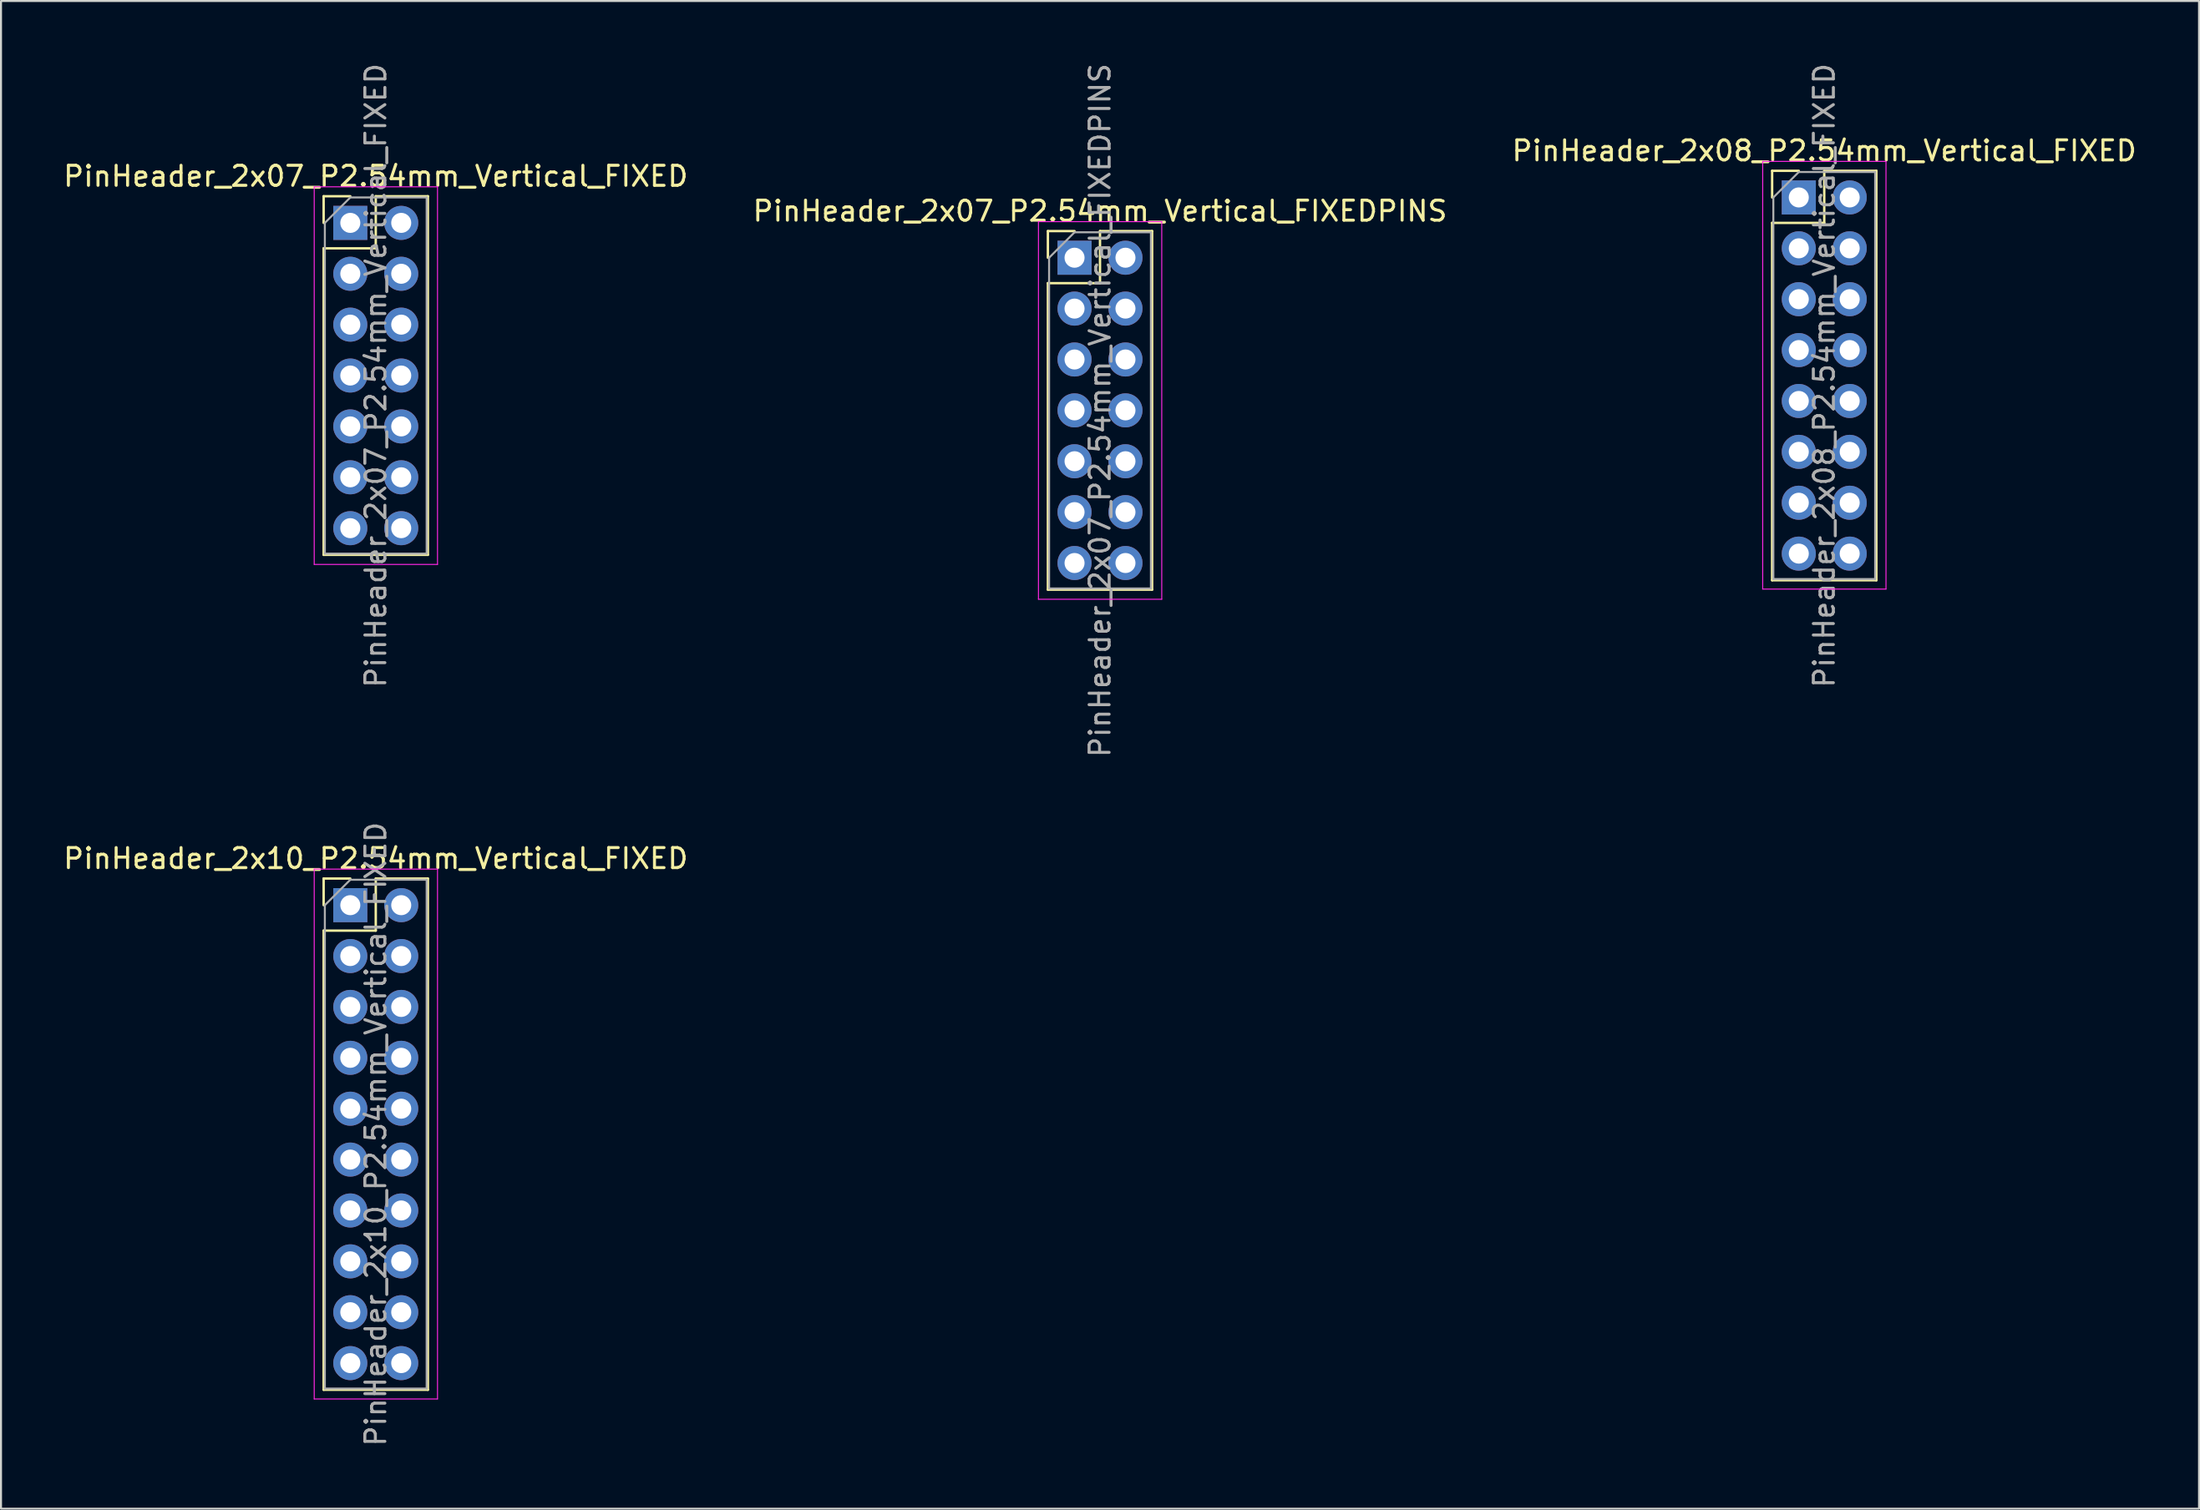
<source format=kicad_pcb>
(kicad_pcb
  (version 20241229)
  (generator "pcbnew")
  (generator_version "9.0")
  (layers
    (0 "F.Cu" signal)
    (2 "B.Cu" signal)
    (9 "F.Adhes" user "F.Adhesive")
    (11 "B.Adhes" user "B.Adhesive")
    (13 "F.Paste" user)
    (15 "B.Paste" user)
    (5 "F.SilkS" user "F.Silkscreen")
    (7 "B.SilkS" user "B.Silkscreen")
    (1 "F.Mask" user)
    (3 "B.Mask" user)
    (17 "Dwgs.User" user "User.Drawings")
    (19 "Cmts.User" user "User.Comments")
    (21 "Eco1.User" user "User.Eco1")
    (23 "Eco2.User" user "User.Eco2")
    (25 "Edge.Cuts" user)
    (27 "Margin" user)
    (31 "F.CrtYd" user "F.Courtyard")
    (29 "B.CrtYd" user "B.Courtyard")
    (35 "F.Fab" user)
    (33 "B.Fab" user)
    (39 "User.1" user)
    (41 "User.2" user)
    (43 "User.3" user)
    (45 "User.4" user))
  (footprint "PinHeader_2x10_P2.54mm_Vertical_FIXED"
    (layer "F.Cu")
    (at 14.426 42.135)
    (property "Reference" "PinHeader_2x10_P2.54mm_Vertical_FIXED" (at 1.27 -2.33 0) (layer "F.SilkS") (effects (font (size 1 1) (thickness 0.15))))
    (attr through_hole)
    (fp_line (start -1.33 -1.33) (end 0 -1.33) (stroke (width 0.12) (type solid)) (layer "F.SilkS"))
    (fp_line (start -1.33 0) (end -1.33 -1.33) (stroke (width 0.12) (type solid)) (layer "F.SilkS"))
    (fp_line (start -1.33 1.27) (end -1.33 24.19) (stroke (width 0.12) (type solid)) (layer "F.SilkS"))
    (fp_line (start -1.33 1.27) (end 1.27 1.27) (stroke (width 0.12) (type solid)) (layer "F.SilkS"))
    (fp_line (start -1.33 24.19) (end 3.87 24.19) (stroke (width 0.12) (type solid)) (layer "F.SilkS"))
    (fp_line (start 1.27 -1.33) (end 3.87 -1.33) (stroke (width 0.12) (type solid)) (layer "F.SilkS"))
    (fp_line (start 1.27 1.27) (end 1.27 -1.33) (stroke (width 0.12) (type solid)) (layer "F.SilkS"))
    (fp_line (start 3.87 -1.33) (end 3.87 24.19) (stroke (width 0.12) (type solid)) (layer "F.SilkS"))
    (fp_line (start -1.8 -1.8) (end -1.8 24.65) (stroke (width 0.05) (type solid)) (layer "F.CrtYd"))
    (fp_line (start -1.8 24.65) (end 4.35 24.65) (stroke (width 0.05) (type solid)) (layer "F.CrtYd"))
    (fp_line (start 4.35 -1.8) (end -1.8 -1.8) (stroke (width 0.05) (type solid)) (layer "F.CrtYd"))
    (fp_line (start 4.35 24.65) (end 4.35 -1.8) (stroke (width 0.05) (type solid)) (layer "F.CrtYd"))
    (fp_line (start -1.27 0) (end 0 -1.27) (stroke (width 0.1) (type solid)) (layer "F.Fab"))
    (fp_line (start -1.27 24.13) (end -1.27 0) (stroke (width 0.1) (type solid)) (layer "F.Fab"))
    (fp_line (start 0 -1.27) (end 3.81 -1.27) (stroke (width 0.1) (type solid)) (layer "F.Fab"))
    (fp_line (start 3.81 -1.27) (end 3.81 24.13) (stroke (width 0.1) (type solid)) (layer "F.Fab"))
    (fp_line (start 3.81 24.13) (end -1.27 24.13) (stroke (width 0.1) (type solid)) (layer "F.Fab"))
    (fp_text user "${REFERENCE}" (at 1.27 11.43 90) (layer "F.Fab") (effects (font (size 1 1) (thickness 0.15))))
    (pad "1" thru_hole rect (at 0 0) (size 1.7 1.7) (drill 1) (layers "*.Cu" "*.Mask"))
    (pad "2" thru_hole oval (at 0 2.54) (size 1.7 1.7) (drill 1) (layers "*.Cu" "*.Mask"))
    (pad "3" thru_hole oval (at 0 5.08) (size 1.7 1.7) (drill 1) (layers "*.Cu" "*.Mask"))
    (pad "4" thru_hole oval (at 0 7.62) (size 1.7 1.7) (drill 1) (layers "*.Cu" "*.Mask"))
    (pad "5" thru_hole oval (at 0 10.16) (size 1.7 1.7) (drill 1) (layers "*.Cu" "*.Mask"))
    (pad "6" thru_hole oval (at 0 12.7) (size 1.7 1.7) (drill 1) (layers "*.Cu" "*.Mask"))
    (pad "7" thru_hole oval (at 0 15.24) (size 1.7 1.7) (drill 1) (layers "*.Cu" "*.Mask"))
    (pad "8" thru_hole oval (at 0 17.78) (size 1.7 1.7) (drill 1) (layers "*.Cu" "*.Mask"))
    (pad "9" thru_hole oval (at 0 20.32) (size 1.7 1.7) (drill 1) (layers "*.Cu" "*.Mask"))
    (pad "10" thru_hole oval (at 0 22.86) (size 1.7 1.7) (drill 1) (layers "*.Cu" "*.Mask"))
    (pad "11" thru_hole oval (at 2.54 22.86) (size 1.7 1.7) (drill 1) (layers "*.Cu" "*.Mask"))
    (pad "12" thru_hole oval (at 2.54 20.32) (size 1.7 1.7) (drill 1) (layers "*.Cu" "*.Mask"))
    (pad "13" thru_hole oval (at 2.54 17.78) (size 1.7 1.7) (drill 1) (layers "*.Cu" "*.Mask"))
    (pad "14" thru_hole oval (at 2.54 15.24) (size 1.7 1.7) (drill 1) (layers "*.Cu" "*.Mask"))
    (pad "15" thru_hole oval (at 2.54 12.7) (size 1.7 1.7) (drill 1) (layers "*.Cu" "*.Mask"))
    (pad "16" thru_hole oval (at 2.54 10.16) (size 1.7 1.7) (drill 1) (layers "*.Cu" "*.Mask"))
    (pad "17" thru_hole oval (at 2.54 7.62) (size 1.7 1.7) (drill 1) (layers "*.Cu" "*.Mask"))
    (pad "18" thru_hole oval (at 2.54 5.08) (size 1.7 1.7) (drill 1) (layers "*.Cu" "*.Mask"))
    (pad "19" thru_hole oval (at 2.54 2.54) (size 1.7 1.7) (drill 1) (layers "*.Cu" "*.Mask"))
    (pad "20" thru_hole oval (at 2.54 0) (size 1.7 1.7) (drill 1) (layers "*.Cu" "*.Mask")))
  (footprint "PinHeader_2x07_P2.54mm_Vertical_FIXED"
    (layer "F.Cu")
    (at 14.426 8.076)
    (property "Reference" "PinHeader_2x07_P2.54mm_Vertical_FIXED" (at 1.27 -2.33 0) (layer "F.SilkS") (effects (font (size 1 1) (thickness 0.15))))
    (attr through_hole)
    (fp_line (start -1.33 -1.33) (end 0 -1.33) (stroke (width 0.12) (type solid)) (layer "F.SilkS"))
    (fp_line (start -1.33 0) (end -1.33 -1.33) (stroke (width 0.12) (type solid)) (layer "F.SilkS"))
    (fp_line (start -1.33 1.27) (end -1.33 16.57) (stroke (width 0.12) (type solid)) (layer "F.SilkS"))
    (fp_line (start -1.33 1.27) (end 1.27 1.27) (stroke (width 0.12) (type solid)) (layer "F.SilkS"))
    (fp_line (start -1.33 16.57) (end 3.87 16.57) (stroke (width 0.12) (type solid)) (layer "F.SilkS"))
    (fp_line (start 1.27 -1.33) (end 3.87 -1.33) (stroke (width 0.12) (type solid)) (layer "F.SilkS"))
    (fp_line (start 1.27 1.27) (end 1.27 -1.33) (stroke (width 0.12) (type solid)) (layer "F.SilkS"))
    (fp_line (start 3.87 -1.33) (end 3.87 16.57) (stroke (width 0.12) (type solid)) (layer "F.SilkS"))
    (fp_line (start -1.8 -1.8) (end -1.8 17.05) (stroke (width 0.05) (type solid)) (layer "F.CrtYd"))
    (fp_line (start -1.8 17.05) (end 4.35 17.05) (stroke (width 0.05) (type solid)) (layer "F.CrtYd"))
    (fp_line (start 4.35 -1.8) (end -1.8 -1.8) (stroke (width 0.05) (type solid)) (layer "F.CrtYd"))
    (fp_line (start 4.35 17.05) (end 4.35 -1.8) (stroke (width 0.05) (type solid)) (layer "F.CrtYd"))
    (fp_line (start -1.27 0) (end 0 -1.27) (stroke (width 0.1) (type solid)) (layer "F.Fab"))
    (fp_line (start -1.27 16.51) (end -1.27 0) (stroke (width 0.1) (type solid)) (layer "F.Fab"))
    (fp_line (start 0 -1.27) (end 3.81 -1.27) (stroke (width 0.1) (type solid)) (layer "F.Fab"))
    (fp_line (start 3.81 -1.27) (end 3.81 16.51) (stroke (width 0.1) (type solid)) (layer "F.Fab"))
    (fp_line (start 3.81 16.51) (end -1.27 16.51) (stroke (width 0.1) (type solid)) (layer "F.Fab"))
    (fp_text user "${REFERENCE}" (at 1.27 7.62 90) (layer "F.Fab") (effects (font (size 1 1) (thickness 0.15))))
    (pad "1" thru_hole rect (at 0 0) (size 1.7 1.7) (drill 1) (layers "*.Cu" "*.Mask"))
    (pad "2" thru_hole oval (at 2.54 0) (size 1.7 1.7) (drill 1) (layers "*.Cu" "*.Mask"))
    (pad "3" thru_hole oval (at 0 2.54) (size 1.7 1.7) (drill 1) (layers "*.Cu" "*.Mask"))
    (pad "4" thru_hole oval (at 2.54 2.54) (size 1.7 1.7) (drill 1) (layers "*.Cu" "*.Mask"))
    (pad "5" thru_hole oval (at 0 5.08) (size 1.7 1.7) (drill 1) (layers "*.Cu" "*.Mask"))
    (pad "6" thru_hole oval (at 2.54 5.08) (size 1.7 1.7) (drill 1) (layers "*.Cu" "*.Mask"))
    (pad "7" thru_hole oval (at 0 7.62) (size 1.7 1.7) (drill 1) (layers "*.Cu" "*.Mask"))
    (pad "8" thru_hole oval (at 2.54 7.62) (size 1.7 1.7) (drill 1) (layers "*.Cu" "*.Mask"))
    (pad "9" thru_hole oval (at 0 10.16) (size 1.7 1.7) (drill 1) (layers "*.Cu" "*.Mask"))
    (pad "10" thru_hole oval (at 2.54 10.16) (size 1.7 1.7) (drill 1) (layers "*.Cu" "*.Mask"))
    (pad "11" thru_hole oval (at 0 12.7) (size 1.7 1.7) (drill 1) (layers "*.Cu" "*.Mask"))
    (pad "12" thru_hole oval (at 2.54 12.7) (size 1.7 1.7) (drill 1) (layers "*.Cu" "*.Mask"))
    (pad "13" thru_hole oval (at 0 15.24) (size 1.7 1.7) (drill 1) (layers "*.Cu" "*.Mask"))
    (pad "14" thru_hole oval (at 2.54 15.24) (size 1.7 1.7) (drill 1) (layers "*.Cu" "*.Mask")))
  (footprint "PinHeader_2x08_P2.54mm_Vertical_FIXED"
    (layer "F.Cu")
    (at 86.688 6.806)
    (property "Reference" "PinHeader_2x08_P2.54mm_Vertical_FIXED" (at 1.27 -2.33 0) (layer "F.SilkS") (effects (font (size 1 1) (thickness 0.15))))
    (attr through_hole)
    (fp_line (start -1.33 -1.33) (end 0 -1.33) (stroke (width 0.12) (type solid)) (layer "F.SilkS"))
    (fp_line (start -1.33 0) (end -1.33 -1.33) (stroke (width 0.12) (type solid)) (layer "F.SilkS"))
    (fp_line (start -1.33 1.27) (end -1.33 19.11) (stroke (width 0.12) (type solid)) (layer "F.SilkS"))
    (fp_line (start -1.33 1.27) (end 1.27 1.27) (stroke (width 0.12) (type solid)) (layer "F.SilkS"))
    (fp_line (start -1.33 19.11) (end 3.87 19.11) (stroke (width 0.12) (type solid)) (layer "F.SilkS"))
    (fp_line (start 1.27 -1.33) (end 3.87 -1.33) (stroke (width 0.12) (type solid)) (layer "F.SilkS"))
    (fp_line (start 1.27 1.27) (end 1.27 -1.33) (stroke (width 0.12) (type solid)) (layer "F.SilkS"))
    (fp_line (start 3.87 -1.33) (end 3.87 19.11) (stroke (width 0.12) (type solid)) (layer "F.SilkS"))
    (fp_line (start -1.8 -1.8) (end -1.8 19.55) (stroke (width 0.05) (type solid)) (layer "F.CrtYd"))
    (fp_line (start -1.8 19.55) (end 4.35 19.55) (stroke (width 0.05) (type solid)) (layer "F.CrtYd"))
    (fp_line (start 4.35 -1.8) (end -1.8 -1.8) (stroke (width 0.05) (type solid)) (layer "F.CrtYd"))
    (fp_line (start 4.35 19.55) (end 4.35 -1.8) (stroke (width 0.05) (type solid)) (layer "F.CrtYd"))
    (fp_line (start -1.27 0) (end 0 -1.27) (stroke (width 0.1) (type solid)) (layer "F.Fab"))
    (fp_line (start -1.27 19.05) (end -1.27 0) (stroke (width 0.1) (type solid)) (layer "F.Fab"))
    (fp_line (start 0 -1.27) (end 3.81 -1.27) (stroke (width 0.1) (type solid)) (layer "F.Fab"))
    (fp_line (start 3.81 -1.27) (end 3.81 19.05) (stroke (width 0.1) (type solid)) (layer "F.Fab"))
    (fp_line (start 3.81 19.05) (end -1.27 19.05) (stroke (width 0.1) (type solid)) (layer "F.Fab"))
    (fp_text user "${REFERENCE}" (at 1.27 8.89 90) (layer "F.Fab") (effects (font (size 1 1) (thickness 0.15))))
    (pad "1" thru_hole rect (at 0 0) (size 1.7 1.7) (drill 1) (layers "*.Cu" "*.Mask"))
    (pad "2" thru_hole oval (at 0 2.54) (size 1.7 1.7) (drill 1) (layers "*.Cu" "*.Mask"))
    (pad "3" thru_hole oval (at 0 5.08) (size 1.7 1.7) (drill 1) (layers "*.Cu" "*.Mask"))
    (pad "4" thru_hole oval (at 0 7.62) (size 1.7 1.7) (drill 1) (layers "*.Cu" "*.Mask"))
    (pad "5" thru_hole oval (at 0 10.16) (size 1.7 1.7) (drill 1) (layers "*.Cu" "*.Mask"))
    (pad "6" thru_hole oval (at 0 12.7) (size 1.7 1.7) (drill 1) (layers "*.Cu" "*.Mask"))
    (pad "7" thru_hole oval (at 0 15.24) (size 1.7 1.7) (drill 1) (layers "*.Cu" "*.Mask"))
    (pad "8" thru_hole oval (at 0 17.78) (size 1.7 1.7) (drill 1) (layers "*.Cu" "*.Mask"))
    (pad "9" thru_hole oval (at 2.54 17.78) (size 1.7 1.7) (drill 1) (layers "*.Cu" "*.Mask"))
    (pad "10" thru_hole oval (at 2.54 15.24) (size 1.7 1.7) (drill 1) (layers "*.Cu" "*.Mask"))
    (pad "11" thru_hole oval (at 2.54 12.7) (size 1.7 1.7) (drill 1) (layers "*.Cu" "*.Mask"))
    (pad "12" thru_hole oval (at 2.54 10.16) (size 1.7 1.7) (drill 1) (layers "*.Cu" "*.Mask"))
    (pad "13" thru_hole oval (at 2.54 7.62) (size 1.7 1.7) (drill 1) (layers "*.Cu" "*.Mask"))
    (pad "14" thru_hole oval (at 2.54 5.08) (size 1.7 1.7) (drill 1) (layers "*.Cu" "*.Mask"))
    (pad "15" thru_hole oval (at 2.54 2.54) (size 1.7 1.7) (drill 1) (layers "*.Cu" "*.Mask"))
    (pad "16" thru_hole oval (at 2.54 0) (size 1.7 1.7) (drill 1) (layers "*.Cu" "*.Mask")))
  (footprint "PinHeader_2x07_P2.54mm_Vertical_FIXEDPINS"
    (layer "F.Cu")
    (at 50.557 9.815)
    (property "Reference" "PinHeader_2x07_P2.54mm_Vertical_FIXEDPINS" (at 1.27 -2.33 0) (layer "F.SilkS") (effects (font (size 1 1) (thickness 0.15))))
    (attr through_hole)
    (fp_line (start -1.33 -1.33) (end 0 -1.33) (stroke (width 0.12) (type solid)) (layer "F.SilkS"))
    (fp_line (start -1.33 0) (end -1.33 -1.33) (stroke (width 0.12) (type solid)) (layer "F.SilkS"))
    (fp_line (start -1.33 1.27) (end -1.33 16.57) (stroke (width 0.12) (type solid)) (layer "F.SilkS"))
    (fp_line (start -1.33 1.27) (end 1.27 1.27) (stroke (width 0.12) (type solid)) (layer "F.SilkS"))
    (fp_line (start -1.33 16.57) (end 3.87 16.57) (stroke (width 0.12) (type solid)) (layer "F.SilkS"))
    (fp_line (start 1.27 -1.33) (end 3.87 -1.33) (stroke (width 0.12) (type solid)) (layer "F.SilkS"))
    (fp_line (start 1.27 1.27) (end 1.27 -1.33) (stroke (width 0.12) (type solid)) (layer "F.SilkS"))
    (fp_line (start 3.87 -1.33) (end 3.87 16.57) (stroke (width 0.12) (type solid)) (layer "F.SilkS"))
    (fp_line (start -1.8 -1.8) (end -1.8 17.05) (stroke (width 0.05) (type solid)) (layer "F.CrtYd"))
    (fp_line (start -1.8 17.05) (end 4.35 17.05) (stroke (width 0.05) (type solid)) (layer "F.CrtYd"))
    (fp_line (start 4.35 -1.8) (end -1.8 -1.8) (stroke (width 0.05) (type solid)) (layer "F.CrtYd"))
    (fp_line (start 4.35 17.05) (end 4.35 -1.8) (stroke (width 0.05) (type solid)) (layer "F.CrtYd"))
    (fp_line (start -1.27 0) (end 0 -1.27) (stroke (width 0.1) (type solid)) (layer "F.Fab"))
    (fp_line (start -1.27 16.51) (end -1.27 0) (stroke (width 0.1) (type solid)) (layer "F.Fab"))
    (fp_line (start 0 -1.27) (end 3.81 -1.27) (stroke (width 0.1) (type solid)) (layer "F.Fab"))
    (fp_line (start 3.81 -1.27) (end 3.81 16.51) (stroke (width 0.1) (type solid)) (layer "F.Fab"))
    (fp_line (start 3.81 16.51) (end -1.27 16.51) (stroke (width 0.1) (type solid)) (layer "F.Fab"))
    (fp_text user "${REFERENCE}" (at 1.27 7.62 90) (layer "F.Fab") (effects (font (size 1 1) (thickness 0.15))))
    (pad "1" thru_hole rect (at 0 0) (size 1.7 1.7) (drill 1) (layers "*.Cu" "*.Mask"))
    (pad "2" thru_hole oval (at 0 2.54) (size 1.7 1.7) (drill 1) (layers "*.Cu" "*.Mask"))
    (pad "3" thru_hole oval (at 0 5.08) (size 1.7 1.7) (drill 1) (layers "*.Cu" "*.Mask"))
    (pad "4" thru_hole oval (at 0 7.62) (size 1.7 1.7) (drill 1) (layers "*.Cu" "*.Mask"))
    (pad "5" thru_hole oval (at 0 10.16) (size 1.7 1.7) (drill 1) (layers "*.Cu" "*.Mask"))
    (pad "6" thru_hole oval (at 0 12.7) (size 1.7 1.7) (drill 1) (layers "*.Cu" "*.Mask"))
    (pad "7" thru_hole oval (at 0 15.24) (size 1.7 1.7) (drill 1) (layers "*.Cu" "*.Mask"))
    (pad "8" thru_hole oval (at 2.54 15.24) (size 1.7 1.7) (drill 1) (layers "*.Cu" "*.Mask"))
    (pad "9" thru_hole oval (at 2.54 12.7) (size 1.7 1.7) (drill 1) (layers "*.Cu" "*.Mask"))
    (pad "10" thru_hole oval (at 2.54 10.16) (size 1.7 1.7) (drill 1) (layers "*.Cu" "*.Mask"))
    (pad "11" thru_hole oval (at 2.54 7.62) (size 1.7 1.7) (drill 1) (layers "*.Cu" "*.Mask"))
    (pad "12" thru_hole oval (at 2.54 5.08) (size 1.7 1.7) (drill 1) (layers "*.Cu" "*.Mask"))
    (pad "13" thru_hole oval (at 2.54 2.54) (size 1.7 1.7) (drill 1) (layers "*.Cu" "*.Mask"))
    (pad "14" thru_hole oval (at 2.54 0) (size 1.7 1.7) (drill 1) (layers "*.Cu" "*.Mask")))
  (gr_rect
    (start -3 -3)
    (end 106.655 72.262)
    (stroke (width 0.1) (type default))
    (fill no)
    (layer "Edge.Cuts")))
</source>
